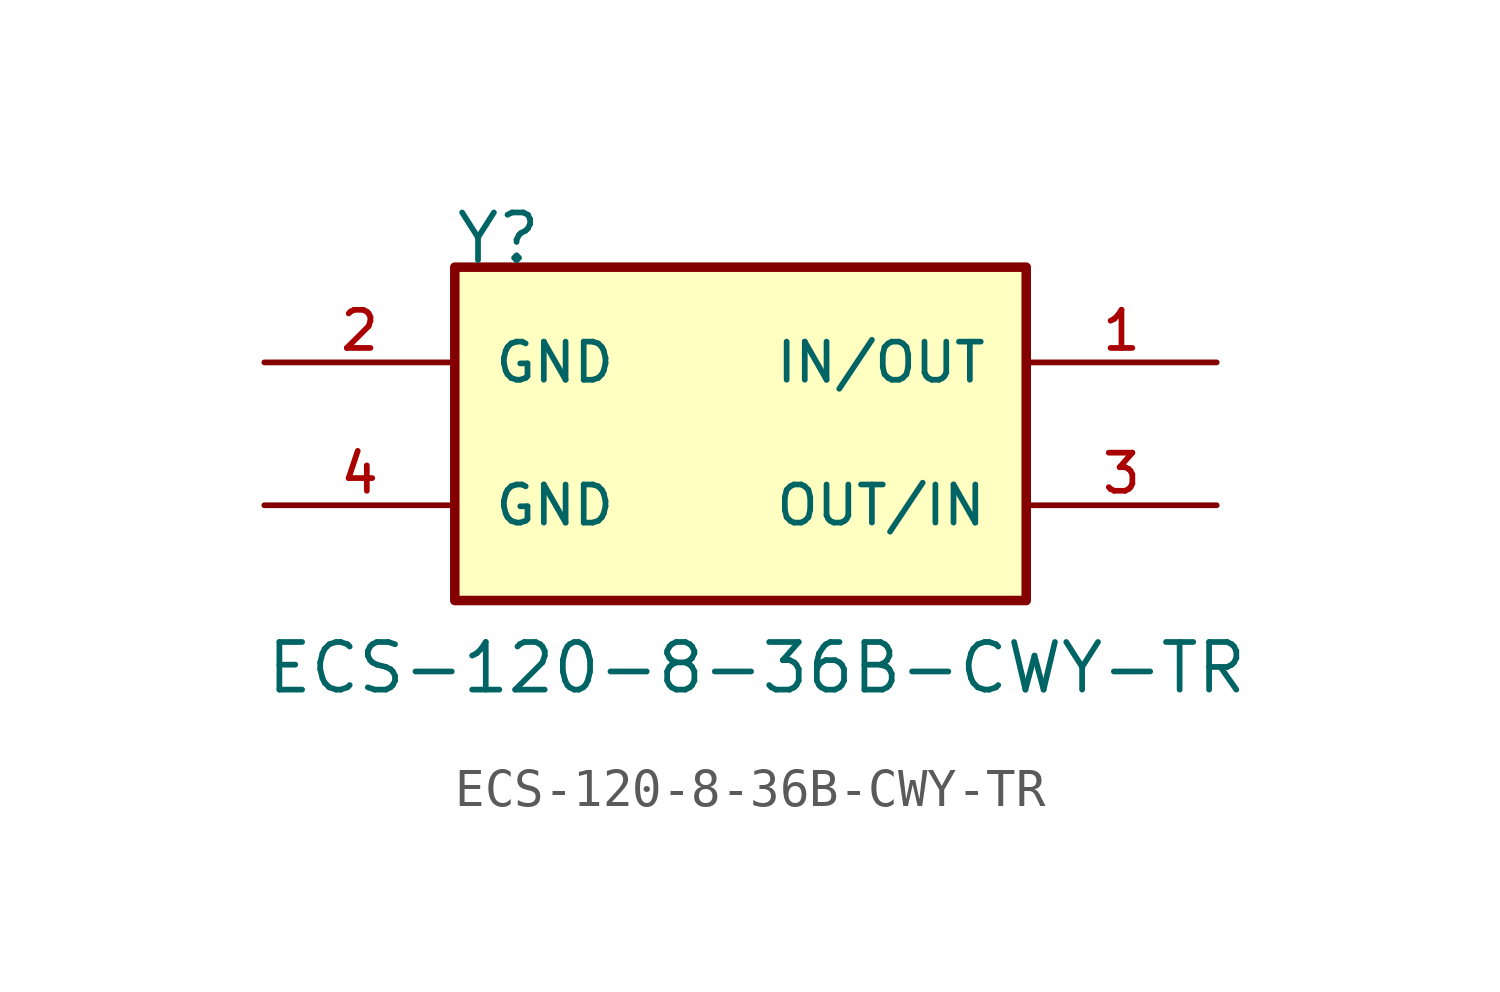
<source format=kicad_sym>
(kicad_symbol_lib
  (version 20211014)
  (generator kicad_symbol_editor)
  (symbol "ECS-120-8-36B-CWY-TR"
    (pin_names
      (offset 1.016))
    (property "Reference" "Y"
      (at -12.725 7.645 0)
      (effects (font (size 1.27 1.27)) (justify left bottom)))
    (property "Value" "ECS-120-8-36B-CWY-TR"
      (at -17.78 -3.81 0)
      (effects (font (size 1.27 1.27)) (justify left bottom)))
    (symbol "ECS-120-8-36B-CWY-TR_0_0"
      (rectangle (start -12.7 7.62) (end 2.54 -1.27) (stroke (width 0.254) (type default) (color 0 0 0 0)) (fill (type background)))
      (pin bidirectional line (at 7.62 5.08 180) (length 5.08) (name "IN/OUT" (effects (font (size 1.016 1.016)))) (number "1" (effects (font (size 1.016 1.016)))))
      (pin power_in line (at -17.78 5.08 0) (length 5.08) (name "GND" (effects (font (size 1.016 1.016)))) (number "2" (effects (font (size 1.016 1.016)))))
      (pin bidirectional line (at 7.62 1.27 180) (length 5.08) (name "OUT/IN" (effects (font (size 1.016 1.016)))) (number "3" (effects (font (size 1.016 1.016)))))
      (pin power_in line (at -17.78 1.27 0) (length 5.08) (name "GND" (effects (font (size 1.016 1.016)))) (number "4" (effects (font (size 1.016 1.016))))))))
</source>
